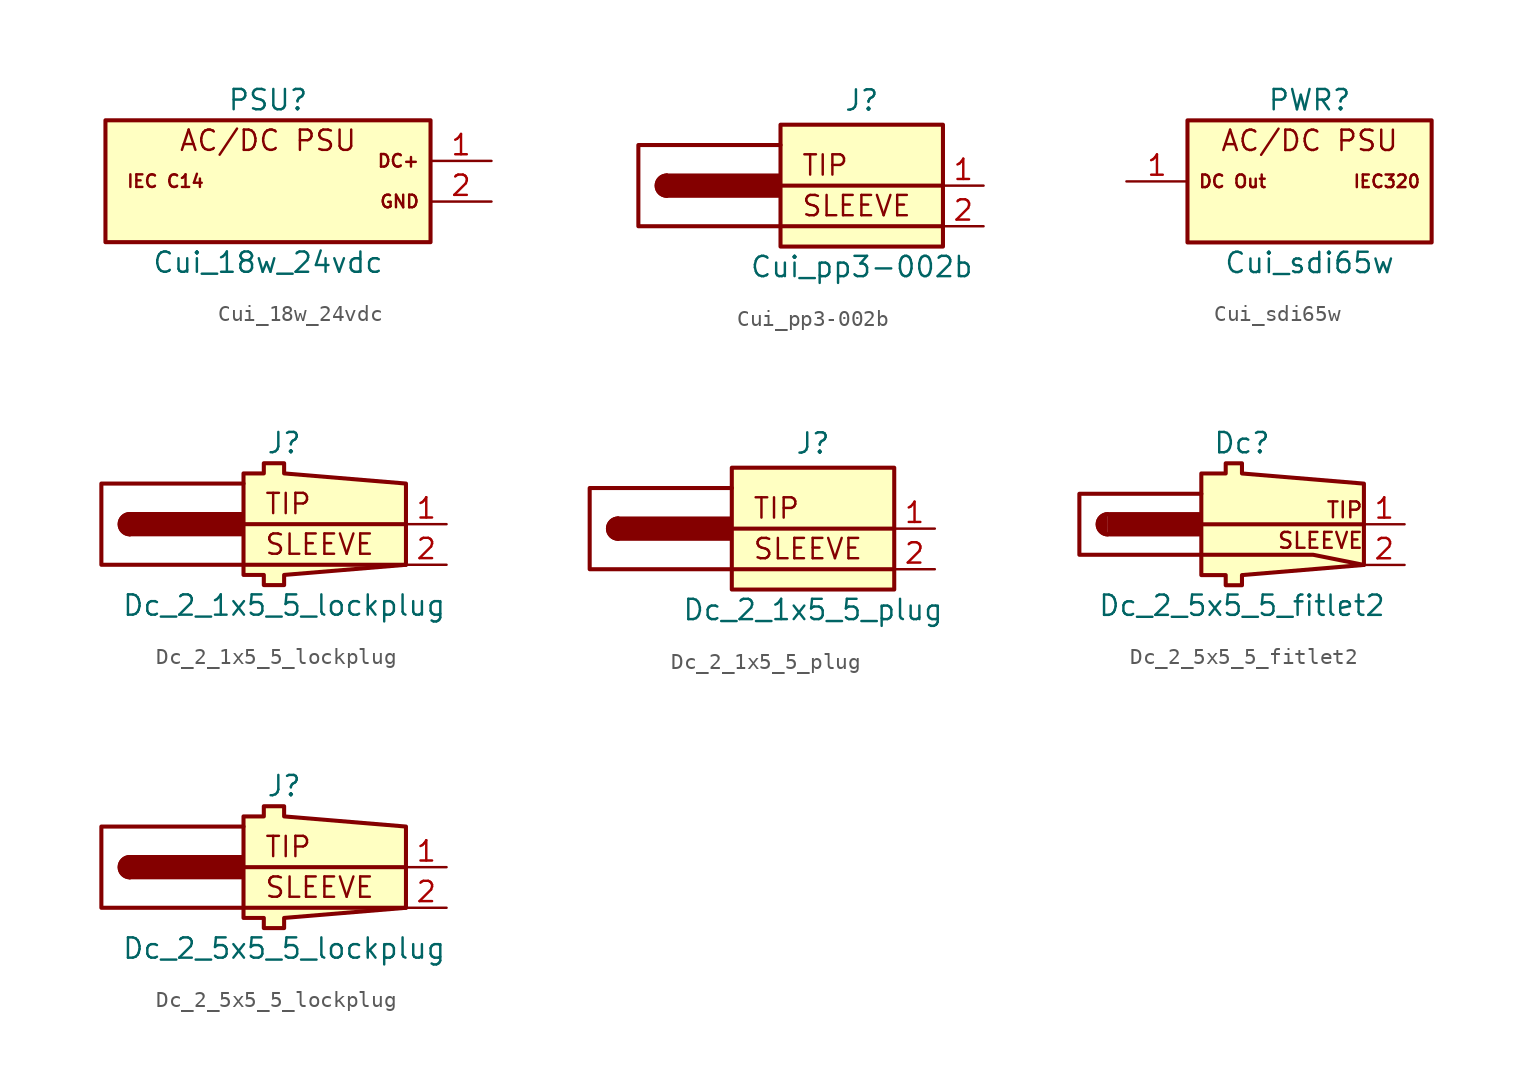
<source format=kicad_sym>
(kicad_symbol_lib
  (version 20220914)
  (generator kicad_symbol_editor)
  (symbol "Cui_18w_24vdc"
    (pin_names
      (offset 1.016) hide)
    (property "Reference" "PSU"
      (at 0 5.08 0)
      (effects (font (size 1.27 1.27))))
    (property "Value" "Cui_18w_24vdc"
      (at 0 -5.08 0)
      (effects (font (size 1.27 1.27))))
    (symbol "Cui_18w_24vdc_0_0"
      (text "AC/DC PSU" (at 0 2.54 0) (effects (font (size 1.27 1.27))))
      (text "IEC C14" (at -8.89 0 0) (effects (font (size 0.787 0.787)) (justify left))))
    (symbol "Cui_18w_24vdc_0_1"
      (rectangle (start 10.16 3.81) (end -10.16 -3.81) (stroke (width 0.254) (type default)) (fill (type background))))
    (symbol "Cui_18w_24vdc_1_1"
      (text "DC+" (at 9.525 1.27 0) (effects (font (size 0.787 0.787)) (justify right)))
      (text "GND" (at 9.525 -1.27 0) (effects (font (size 0.787 0.787)) (justify right)))
      (pin passive line (at 13.97 1.27 180) (length 3.81) (name "24VDC" (effects (font (size 1.27 1.27)))) (number "1" (effects (font (size 1.27 1.27)))))
      (pin passive line (at 13.97 -1.27 180) (length 3.81) (name "GND" (effects (font (size 1.27 1.27)))) (number "2" (effects (font (size 1.27 1.27)))))))
  (symbol "Cui_pp3-002b"
    (pin_names
      (offset 1.016) hide)
    (property "Reference" "J"
      (at 0 5.334 0)
      (effects (font (size 1.27 1.27))))
    (property "Value" "Cui_pp3-002b"
      (at 0 -5.08 0)
      (effects (font (size 1.27 1.27))))
    (symbol "Cui_pp3-002b_0_0"
      (text "SLEEVE" (at -3.81 -1.27 0) (effects (font (size 1.27 1.27)) (justify left)))
      (text "TIP" (at -3.81 1.27 0) (effects (font (size 1.27 1.27)) (justify left))))
    (symbol "Cui_pp3-002b_0_1"
      (arc (start -12.192 0.635) (mid -12.8243 0) (end -12.192 -0.635) (stroke (width 0.254) (type default)) (fill (type none)))
      (arc (start -12.192 0.635) (mid -12.8243 0) (end -12.192 -0.635) (stroke (width 0.254) (type default)) (fill (type outline)))
      (rectangle (start -5.207 0.635) (end -12.192 -0.635) (stroke (width 0.254) (type default)) (fill (type outline)))
      (rectangle (start -5.08 3.81) (end 5.08 -3.81) (stroke (width 0.254) (type default)) (fill (type background)))
      (polyline (pts (xy 5.08 0) (xy -5.08 0)) (stroke (width 0.254) (type default)) (fill (type none)))
      (polyline (pts (xy 5.08 -2.54) (xy -5.08 -2.54) (xy -13.97 -2.54) (xy -13.97 2.54) (xy -5.08 2.54)) (stroke (width 0.254) (type default)) (fill (type none))))
    (symbol "Cui_pp3-002b_1_1"
      (pin passive line (at 7.62 0 180) (length 2.54) (name "Tip" (effects (font (size 1.27 1.27)))) (number "1" (effects (font (size 1.27 1.27)))))
      (pin passive line (at 7.62 -2.54 180) (length 2.54) (name "Sleeve" (effects (font (size 1.27 1.27)))) (number "2" (effects (font (size 1.27 1.27)))))))
  (symbol "Cui_sdi65w"
    (pin_names
      (offset 1.016) hide)
    (property "Reference" "PWR"
      (at 0 5.08 0)
      (effects (font (size 1.27 1.27))))
    (property "Value" "Cui_sdi65w"
      (at 0 -5.08 0)
      (effects (font (size 1.27 1.27))))
    (symbol "Cui_sdi65w_0_0"
      (text "AC/DC PSU" (at 0 2.54 0) (effects (font (size 1.27 1.27)))))
    (symbol "Cui_sdi65w_0_1"
      (rectangle (start 7.62 3.81) (end -7.62 -3.81) (stroke (width 0.254) (type default)) (fill (type background))))
    (symbol "Cui_sdi65w_1_1"
      (text "DC Out" (at -6.985 0 0) (effects (font (size 0.787 0.787)) (justify left)))
      (text "IEC320" (at 6.985 0 0) (effects (font (size 0.787 0.787)) (justify right)))
      (pin passive line (at -11.43 0 0) (length 3.81) (name "pin_1" (effects (font (size 1.27 1.27)))) (number "1" (effects (font (size 1.27 1.27)))))))
  (symbol "Dc_2_1x5_5_lockplug"
    (pin_names
      (offset 1.016) hide)
    (property "Reference" "J"
      (at 0 5.08 0)
      (effects (font (size 1.27 1.27))))
    (property "Value" "Dc_2_1x5_5_lockplug"
      (at 0 -5.08 0)
      (effects (font (size 1.27 1.27))))
    (symbol "Dc_2_1x5_5_lockplug_0_0"
      (text "SLEEVE" (at -1.27 -1.27 0) (effects (font (size 1.27 1.27)) (justify left)))
      (text "TIP" (at -1.27 1.27 0) (effects (font (size 1.27 1.27)) (justify left))))
    (symbol "Dc_2_1x5_5_lockplug_0_1"
      (arc (start -9.652 0.635) (mid -10.2843 0) (end -9.652 -0.635) (stroke (width 0.254) (type default)) (fill (type none)))
      (arc (start -9.652 0.635) (mid -10.2843 0) (end -9.652 -0.635) (stroke (width 0.254) (type default)) (fill (type outline)))
      (rectangle (start -2.667 0.635) (end -9.652 -0.635) (stroke (width 0.254) (type default)) (fill (type outline)))
      (polyline (pts (xy 7.62 0) (xy -2.54 0)) (stroke (width 0.254) (type default)) (fill (type none)))
      (polyline (pts (xy 7.62 -2.54) (xy -2.54 -2.54) (xy -11.43 -2.54) (xy -11.43 2.54) (xy -2.54 2.54)) (stroke (width 0.254) (type default)) (fill (type none)))
      (polyline (pts (xy 0 -3.175) (xy 7.62 -2.54) (xy 7.62 2.54) (xy 0 3.175) (xy 0 3.81) (xy -1.27 3.81) (xy -1.27 3.175) (xy -2.54 3.175) (xy -2.54 -3.175) (xy -1.27 -3.175) (xy -1.27 -3.81) (xy 0 -3.81) (xy 0 -3.175)) (stroke (width 0.254) (type default)) (fill (type background))))
    (symbol "Dc_2_1x5_5_lockplug_1_1"
      (pin passive line (at 10.16 0 180) (length 2.54) (name "Tip" (effects (font (size 1.27 1.27)))) (number "1" (effects (font (size 1.27 1.27)))))
      (pin passive line (at 10.16 -2.54 180) (length 2.54) (name "Sleeve" (effects (font (size 1.27 1.27)))) (number "2" (effects (font (size 1.27 1.27)))))))
  (symbol "Dc_2_1x5_5_plug"
    (pin_names
      (offset 1.016) hide)
    (property "Reference" "J"
      (at 0 5.334 0)
      (effects (font (size 1.27 1.27))))
    (property "Value" "Dc_2_1x5_5_plug"
      (at 0 -5.08 0)
      (effects (font (size 1.27 1.27))))
    (symbol "Dc_2_1x5_5_plug_0_0"
      (text "SLEEVE" (at -3.81 -1.27 0) (effects (font (size 1.27 1.27)) (justify left)))
      (text "TIP" (at -3.81 1.27 0) (effects (font (size 1.27 1.27)) (justify left))))
    (symbol "Dc_2_1x5_5_plug_0_1"
      (arc (start -12.192 0.635) (mid -12.8243 0) (end -12.192 -0.635) (stroke (width 0.254) (type default)) (fill (type none)))
      (arc (start -12.192 0.635) (mid -12.8243 0) (end -12.192 -0.635) (stroke (width 0.254) (type default)) (fill (type outline)))
      (rectangle (start -5.207 0.635) (end -12.192 -0.635) (stroke (width 0.254) (type default)) (fill (type outline)))
      (rectangle (start -5.08 3.81) (end 5.08 -3.81) (stroke (width 0.254) (type default)) (fill (type background)))
      (polyline (pts (xy 5.08 0) (xy -5.08 0)) (stroke (width 0.254) (type default)) (fill (type none)))
      (polyline (pts (xy 5.08 -2.54) (xy -5.08 -2.54) (xy -13.97 -2.54) (xy -13.97 2.54) (xy -5.08 2.54)) (stroke (width 0.254) (type default)) (fill (type none))))
    (symbol "Dc_2_1x5_5_plug_1_1"
      (pin passive line (at 7.62 0 180) (length 2.54) (name "Tip" (effects (font (size 1.27 1.27)))) (number "1" (effects (font (size 1.27 1.27)))))
      (pin passive line (at 7.62 -2.54 180) (length 2.54) (name "Sleeve" (effects (font (size 1.27 1.27)))) (number "2" (effects (font (size 1.27 1.27)))))))
  (symbol "Dc_2_5x5_5_fitlet2"
    (pin_names
      (offset 1.016) hide)
    (property "Reference" "Dc"
      (at 0 5.08 0)
      (effects (font (size 1.27 1.27))))
    (property "Value" "Dc_2_5x5_5_fitlet2"
      (at 0 -5.08 0)
      (effects (font (size 1.27 1.27))))
    (symbol "Dc_2_5x5_5_fitlet2_0_0"
      (text "SLEEVE" (at 2.159 -1.016 0) (effects (font (size 0.991 0.991)) (justify left)))
      (text "TIP" (at 5.207 0.889 0) (effects (font (size 0.991 0.991)) (justify left))))
    (symbol "Dc_2_5x5_5_fitlet2_0_1"
      (arc (start -8.382 0.635) (mid -9.0143 0) (end -8.382 -0.635) (stroke (width 0.254) (type default)) (fill (type none)))
      (arc (start -8.382 0.635) (mid -9.0143 0) (end -8.382 -0.635) (stroke (width 0.254) (type default)) (fill (type outline)))
      (rectangle (start -2.667 0.635) (end -8.255 -0.635) (stroke (width 0.254) (type default)) (fill (type outline)))
      (polyline (pts (xy 7.62 0) (xy -2.54 0)) (stroke (width 0.254) (type default)) (fill (type none)))
      (polyline (pts (xy 7.62 -2.54) (xy 4.445 -1.905) (xy -10.16 -1.905) (xy -10.16 1.905) (xy -2.54 1.905)) (stroke (width 0.254) (type default)) (fill (type none)))
      (polyline (pts (xy 0 -3.175) (xy 7.62 -2.54) (xy 7.62 2.54) (xy 0 3.175) (xy 0 3.81) (xy -1.016 3.81) (xy -1.016 3.175) (xy -2.54 3.175) (xy -2.54 -3.175) (xy -1.016 -3.175) (xy -1.016 -3.81) (xy 0 -3.81) (xy 0 -3.175)) (stroke (width 0.254) (type default)) (fill (type background))))
    (symbol "Dc_2_5x5_5_fitlet2_1_1"
      (pin passive line (at 10.16 0 180) (length 2.54) (name "Tip" (effects (font (size 1.27 1.27)))) (number "1" (effects (font (size 1.27 1.27)))))
      (pin passive line (at 10.16 -2.54 180) (length 2.54) (name "Sleeve" (effects (font (size 1.27 1.27)))) (number "2" (effects (font (size 1.27 1.27)))))))
  (symbol "Dc_2_5x5_5_lockplug"
    (pin_names
      (offset 1.016) hide)
    (property "Reference" "J"
      (at 0 5.08 0)
      (effects (font (size 1.27 1.27))))
    (property "Value" "Dc_2_5x5_5_lockplug"
      (at 0 -5.08 0)
      (effects (font (size 1.27 1.27))))
    (symbol "Dc_2_5x5_5_lockplug_0_0"
      (text "SLEEVE" (at -1.27 -1.27 0) (effects (font (size 1.27 1.27)) (justify left)))
      (text "TIP" (at -1.27 1.27 0) (effects (font (size 1.27 1.27)) (justify left))))
    (symbol "Dc_2_5x5_5_lockplug_0_1"
      (arc (start -9.652 0.635) (mid -10.2843 0) (end -9.652 -0.635) (stroke (width 0.254) (type default)) (fill (type none)))
      (arc (start -9.652 0.635) (mid -10.2843 0) (end -9.652 -0.635) (stroke (width 0.254) (type default)) (fill (type outline)))
      (rectangle (start -2.667 0.635) (end -9.652 -0.635) (stroke (width 0.254) (type default)) (fill (type outline)))
      (polyline (pts (xy 7.62 0) (xy -2.54 0)) (stroke (width 0.254) (type default)) (fill (type none)))
      (polyline (pts (xy 7.62 -2.54) (xy -2.54 -2.54) (xy -11.43 -2.54) (xy -11.43 2.54) (xy -2.54 2.54)) (stroke (width 0.254) (type default)) (fill (type none)))
      (polyline (pts (xy 0 -3.175) (xy 7.62 -2.54) (xy 7.62 2.54) (xy 0 3.175) (xy 0 3.81) (xy -1.27 3.81) (xy -1.27 3.175) (xy -2.54 3.175) (xy -2.54 -3.175) (xy -1.27 -3.175) (xy -1.27 -3.81) (xy 0 -3.81) (xy 0 -3.175)) (stroke (width 0.254) (type default)) (fill (type background))))
    (symbol "Dc_2_5x5_5_lockplug_1_1"
      (pin passive line (at 10.16 0 180) (length 2.54) (name "Tip" (effects (font (size 1.27 1.27)))) (number "1" (effects (font (size 1.27 1.27)))))
      (pin passive line (at 10.16 -2.54 180) (length 2.54) (name "Sleeve" (effects (font (size 1.27 1.27)))) (number "2" (effects (font (size 1.27 1.27))))))))
</source>
